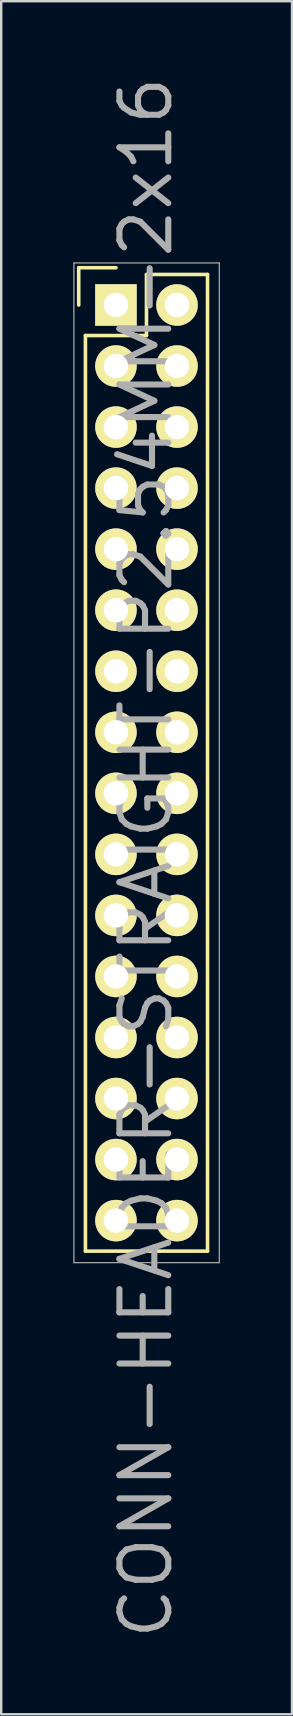
<source format=kicad_pcb>
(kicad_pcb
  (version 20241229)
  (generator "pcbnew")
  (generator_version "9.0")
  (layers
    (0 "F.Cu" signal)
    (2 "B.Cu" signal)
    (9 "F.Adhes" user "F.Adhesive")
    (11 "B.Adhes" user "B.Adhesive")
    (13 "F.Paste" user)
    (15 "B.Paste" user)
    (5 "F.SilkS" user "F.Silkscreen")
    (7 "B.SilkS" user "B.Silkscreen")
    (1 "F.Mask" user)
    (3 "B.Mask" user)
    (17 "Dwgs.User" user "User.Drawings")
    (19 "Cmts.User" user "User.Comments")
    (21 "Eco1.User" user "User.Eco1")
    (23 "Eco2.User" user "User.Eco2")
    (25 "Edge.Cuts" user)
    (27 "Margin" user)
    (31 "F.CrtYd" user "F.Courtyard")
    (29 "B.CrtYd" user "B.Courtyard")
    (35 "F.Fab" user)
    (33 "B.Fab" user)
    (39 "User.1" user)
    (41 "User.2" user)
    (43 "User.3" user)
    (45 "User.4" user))
  (footprint "CONN-HEADER-STRAIGHT-P2.54MM-2x16"
    (layer "F.Cu")
    (at 1.775 9.641)
    (property "Reference" "CONN-HEADER-STRAIGHT-P2.54MM-2x16" (at 1.25 23 90) (layer "F.Fab") (effects (font (size 2.032 2.032) (thickness 0.254))))
    (attr smd)
    (fp_line (start -1.55 -1.55) (end -1.55 0) (stroke (width 0.15) (type solid)) (layer "F.SilkS"))
    (fp_line (start -1.27 1.27) (end -1.27 39.37) (stroke (width 0.15) (type solid)) (layer "F.SilkS"))
    (fp_line (start 0 -1.55) (end -1.55 -1.55) (stroke (width 0.15) (type solid)) (layer "F.SilkS"))
    (fp_line (start 1.27 -1.27) (end 1.27 1.27) (stroke (width 0.15) (type solid)) (layer "F.SilkS"))
    (fp_line (start 1.27 1.27) (end -1.27 1.27) (stroke (width 0.15) (type solid)) (layer "F.SilkS"))
    (fp_line (start 3.81 -1.27) (end 1.27 -1.27) (stroke (width 0.15) (type solid)) (layer "F.SilkS"))
    (fp_line (start 3.81 39.37) (end -1.27 39.37) (stroke (width 0.15) (type solid)) (layer "F.SilkS"))
    (fp_line (start 3.81 39.37) (end 3.81 -1.27) (stroke (width 0.15) (type solid)) (layer "F.SilkS"))
    (fp_line (start -1.75 -1.75) (end -1.75 39.85) (stroke (width 0.05) (type solid)) (layer "F.Fab"))
    (fp_line (start -1.75 -1.75) (end 4.3 -1.75) (stroke (width 0.05) (type solid)) (layer "F.Fab"))
    (fp_line (start -1.75 39.85) (end 4.3 39.85) (stroke (width 0.05) (type solid)) (layer "F.Fab"))
    (fp_line (start 4.3 -1.75) (end 4.3 39.85) (stroke (width 0.05) (type solid)) (layer "F.Fab"))
    (pad "1" thru_hole rect (at 0 0) (size 1.727 1.727) (drill 1.016) (layers "*.Cu" "*.Mask" "F.SilkS"))
    (pad "2" thru_hole oval (at 2.54 0) (size 1.727 1.727) (drill 1.016) (layers "*.Cu" "*.Mask" "F.SilkS"))
    (pad "3" thru_hole oval (at 0 2.54) (size 1.727 1.727) (drill 1.016) (layers "*.Cu" "*.Mask" "F.SilkS"))
    (pad "4" thru_hole oval (at 2.54 2.54) (size 1.727 1.727) (drill 1.016) (layers "*.Cu" "*.Mask" "F.SilkS"))
    (pad "5" thru_hole oval (at 0 5.08) (size 1.727 1.727) (drill 1.016) (layers "*.Cu" "*.Mask" "F.SilkS"))
    (pad "6" thru_hole oval (at 2.54 5.08) (size 1.727 1.727) (drill 1.016) (layers "*.Cu" "*.Mask" "F.SilkS"))
    (pad "7" thru_hole oval (at 0 7.62) (size 1.727 1.727) (drill 1.016) (layers "*.Cu" "*.Mask" "F.SilkS"))
    (pad "8" thru_hole oval (at 2.54 7.62) (size 1.727 1.727) (drill 1.016) (layers "*.Cu" "*.Mask" "F.SilkS"))
    (pad "9" thru_hole oval (at 0 10.16) (size 1.727 1.727) (drill 1.016) (layers "*.Cu" "*.Mask" "F.SilkS"))
    (pad "10" thru_hole oval (at 2.54 10.16) (size 1.727 1.727) (drill 1.016) (layers "*.Cu" "*.Mask" "F.SilkS"))
    (pad "11" thru_hole oval (at 0 12.7) (size 1.727 1.727) (drill 1.016) (layers "*.Cu" "*.Mask" "F.SilkS"))
    (pad "12" thru_hole oval (at 2.54 12.7) (size 1.727 1.727) (drill 1.016) (layers "*.Cu" "*.Mask" "F.SilkS"))
    (pad "13" thru_hole oval (at 0 15.24) (size 1.727 1.727) (drill 1.016) (layers "*.Cu" "*.Mask" "F.SilkS"))
    (pad "14" thru_hole oval (at 2.54 15.24) (size 1.727 1.727) (drill 1.016) (layers "*.Cu" "*.Mask" "F.SilkS"))
    (pad "15" thru_hole oval (at 0 17.78) (size 1.727 1.727) (drill 1.016) (layers "*.Cu" "*.Mask" "F.SilkS"))
    (pad "16" thru_hole oval (at 2.54 17.78) (size 1.727 1.727) (drill 1.016) (layers "*.Cu" "*.Mask" "F.SilkS"))
    (pad "17" thru_hole oval (at 0 20.32) (size 1.727 1.727) (drill 1.016) (layers "*.Cu" "*.Mask" "F.SilkS"))
    (pad "18" thru_hole oval (at 2.54 20.32) (size 1.727 1.727) (drill 1.016) (layers "*.Cu" "*.Mask" "F.SilkS"))
    (pad "19" thru_hole oval (at 0 22.86) (size 1.727 1.727) (drill 1.016) (layers "*.Cu" "*.Mask" "F.SilkS"))
    (pad "20" thru_hole oval (at 2.54 22.86) (size 1.727 1.727) (drill 1.016) (layers "*.Cu" "*.Mask" "F.SilkS"))
    (pad "21" thru_hole oval (at 0 25.4) (size 1.727 1.727) (drill 1.016) (layers "*.Cu" "*.Mask" "F.SilkS"))
    (pad "22" thru_hole oval (at 2.54 25.4) (size 1.727 1.727) (drill 1.016) (layers "*.Cu" "*.Mask" "F.SilkS"))
    (pad "23" thru_hole oval (at 0 27.94) (size 1.727 1.727) (drill 1.016) (layers "*.Cu" "*.Mask" "F.SilkS"))
    (pad "24" thru_hole oval (at 2.54 27.94) (size 1.727 1.727) (drill 1.016) (layers "*.Cu" "*.Mask" "F.SilkS"))
    (pad "25" thru_hole oval (at 0 30.48) (size 1.727 1.727) (drill 1.016) (layers "*.Cu" "*.Mask" "F.SilkS"))
    (pad "26" thru_hole oval (at 2.54 30.48) (size 1.727 1.727) (drill 1.016) (layers "*.Cu" "*.Mask" "F.SilkS"))
    (pad "27" thru_hole oval (at 0 33.02) (size 1.727 1.727) (drill 1.016) (layers "*.Cu" "*.Mask" "F.SilkS"))
    (pad "28" thru_hole oval (at 2.54 33.02) (size 1.727 1.727) (drill 1.016) (layers "*.Cu" "*.Mask" "F.SilkS"))
    (pad "29" thru_hole oval (at 0 35.56) (size 1.727 1.727) (drill 1.016) (layers "*.Cu" "*.Mask" "F.SilkS"))
    (pad "30" thru_hole oval (at 2.54 35.56) (size 1.727 1.727) (drill 1.016) (layers "*.Cu" "*.Mask" "F.SilkS"))
    (pad "31" thru_hole oval (at 0 38.1) (size 1.727 1.727) (drill 1.016) (layers "*.Cu" "*.Mask" "F.SilkS"))
    (pad "32" thru_hole oval (at 2.54 38.1) (size 1.727 1.727) (drill 1.016) (layers "*.Cu" "*.Mask" "F.SilkS")))
  (gr_rect
    (start -3 -3)
    (end 9.1 68.283)
    (stroke (width 0.1) (type default))
    (fill no)
    (layer "Edge.Cuts")))
</source>
